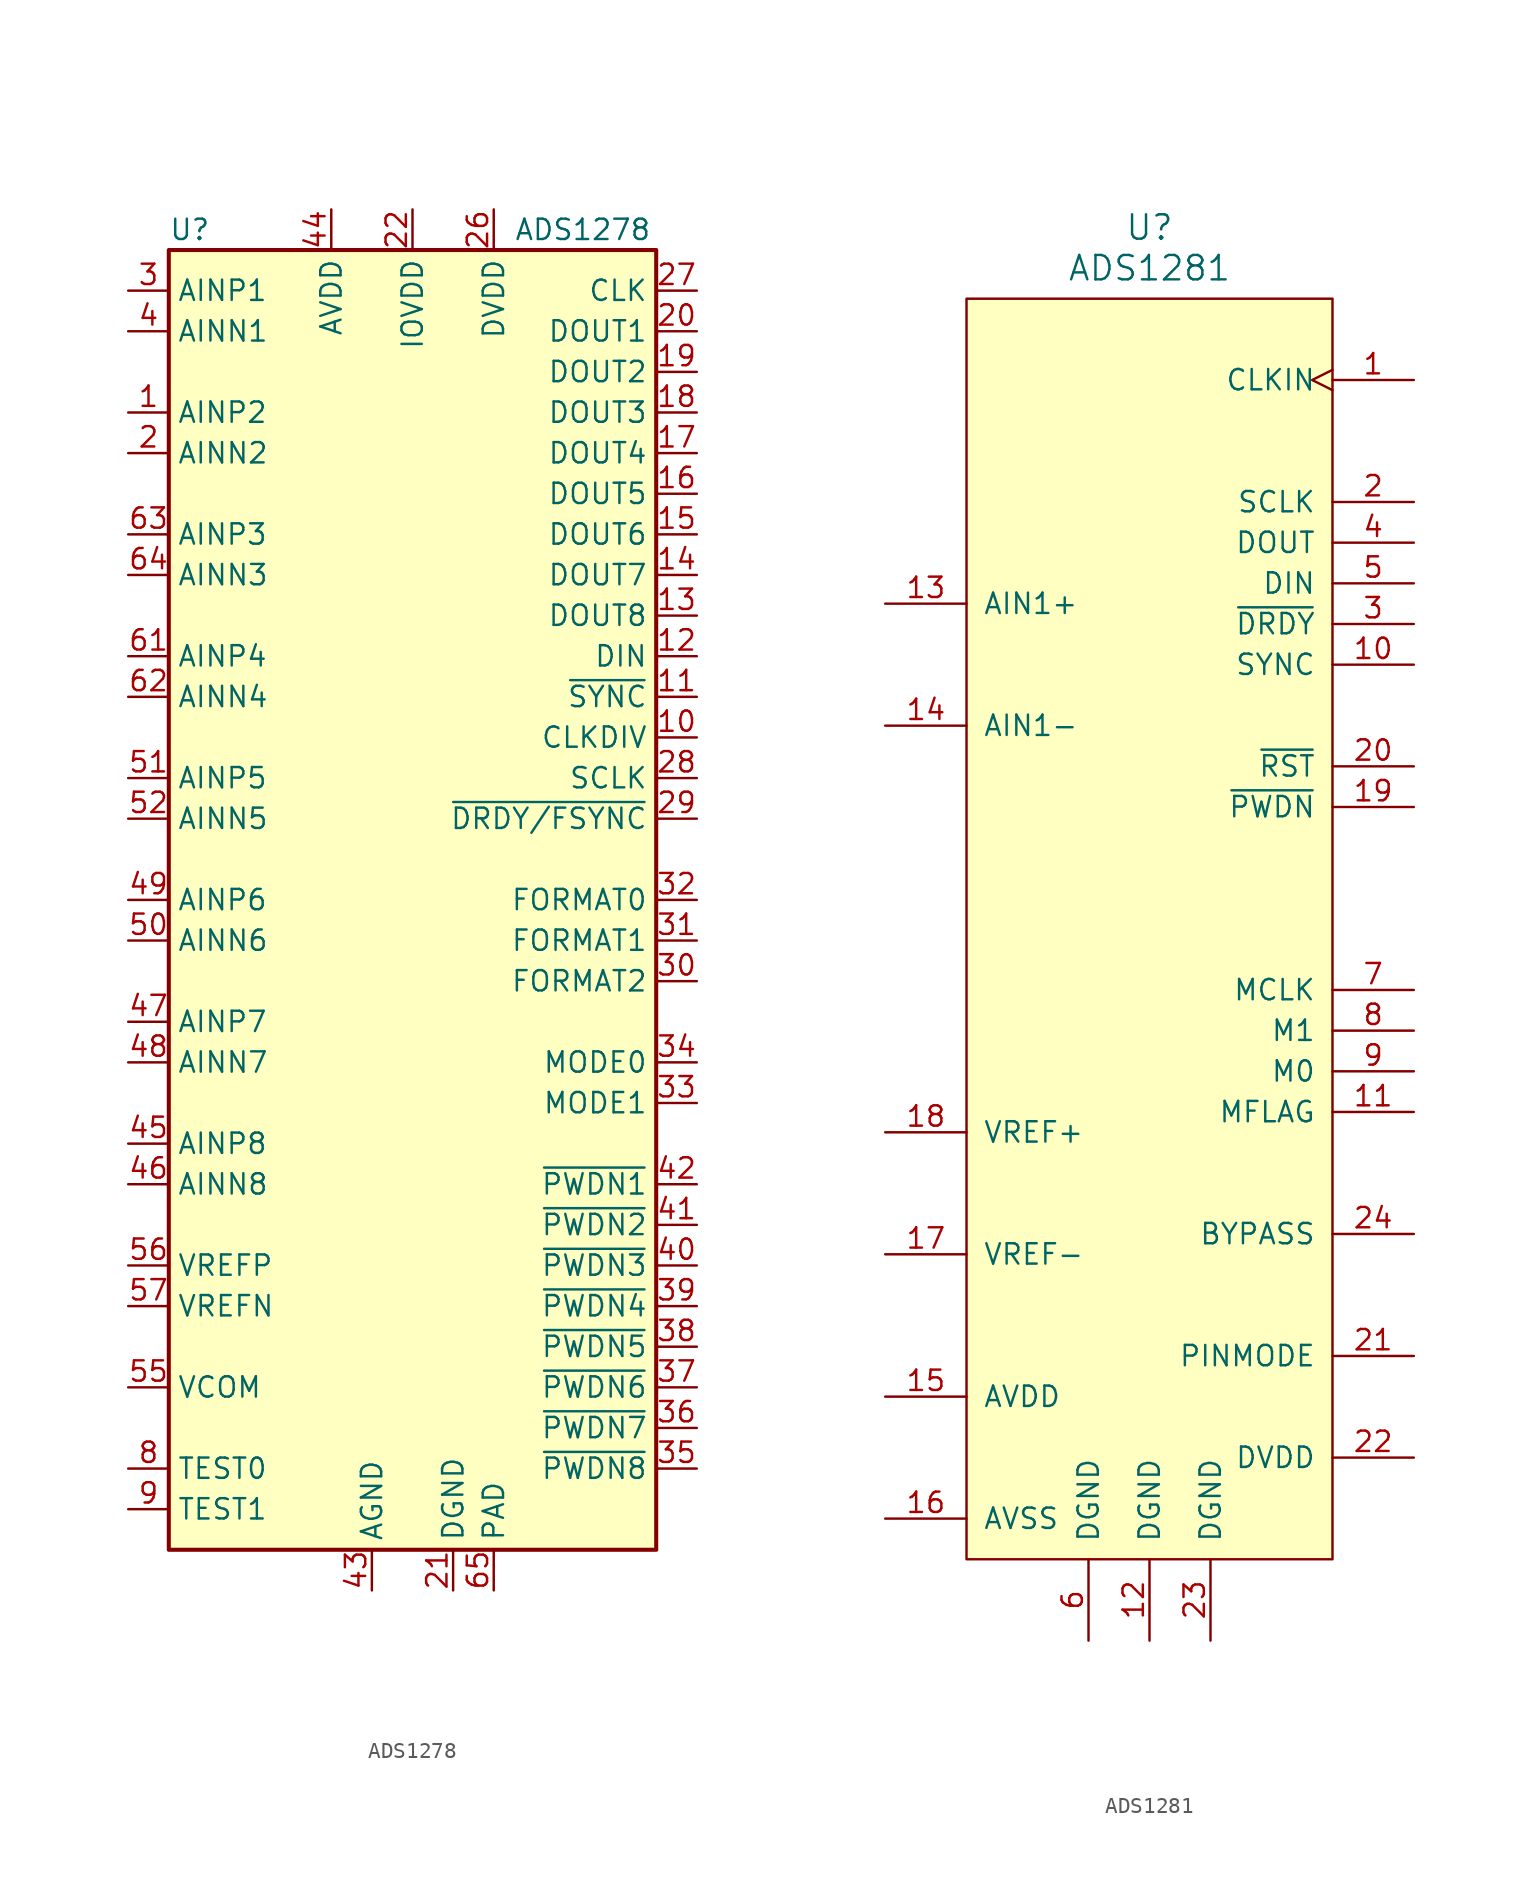
<source format=kicad_sym>
(kicad_symbol_lib
  (version 20241209)
  (generator "kicad_symbol_editor")
  (generator_version "9.0")
  (symbol "ADS1278"
    (property "Reference" "U"
      (at -15.24 41.91 0)
      (effects (font (size 1.27 1.27)) (justify left)))
    (property "Value" "ADS1278"
      (at 6.35 41.91 0)
      (effects (font (size 1.27 1.27)) (justify left)))
    (symbol "ADS1278_0_1"
      (rectangle (start -15.24 40.64) (end 15.24 -40.64) (stroke (width 0.254) (type default)) (fill (type background))))
    (symbol "ADS1278_1_1"
      (pin input line (at -17.78 38.1 0) (length 2.54) (name "AINP1" (effects (font (size 1.27 1.27)))) (number "3" (effects (font (size 1.27 1.27)))))
      (pin input line (at -17.78 35.56 0) (length 2.54) (name "AINN1" (effects (font (size 1.27 1.27)))) (number "4" (effects (font (size 1.27 1.27)))))
      (pin input line (at -17.78 30.48 0) (length 2.54) (name "AINP2" (effects (font (size 1.27 1.27)))) (number "1" (effects (font (size 1.27 1.27)))))
      (pin input line (at -17.78 27.94 0) (length 2.54) (name "AINN2" (effects (font (size 1.27 1.27)))) (number "2" (effects (font (size 1.27 1.27)))))
      (pin input line (at -17.78 22.86 0) (length 2.54) (name "AINP3" (effects (font (size 1.27 1.27)))) (number "63" (effects (font (size 1.27 1.27)))))
      (pin input line (at -17.78 20.32 0) (length 2.54) (name "AINN3" (effects (font (size 1.27 1.27)))) (number "64" (effects (font (size 1.27 1.27)))))
      (pin input line (at -17.78 15.24 0) (length 2.54) (name "AINP4" (effects (font (size 1.27 1.27)))) (number "61" (effects (font (size 1.27 1.27)))))
      (pin input line (at -17.78 12.7 0) (length 2.54) (name "AINN4" (effects (font (size 1.27 1.27)))) (number "62" (effects (font (size 1.27 1.27)))))
      (pin input line (at -17.78 7.62 0) (length 2.54) (name "AINP5" (effects (font (size 1.27 1.27)))) (number "51" (effects (font (size 1.27 1.27)))))
      (pin input line (at -17.78 5.08 0) (length 2.54) (name "AINN5" (effects (font (size 1.27 1.27)))) (number "52" (effects (font (size 1.27 1.27)))))
      (pin input line (at -17.78 0 0) (length 2.54) (name "AINP6" (effects (font (size 1.27 1.27)))) (number "49" (effects (font (size 1.27 1.27)))))
      (pin input line (at -17.78 -2.54 0) (length 2.54) (name "AINN6" (effects (font (size 1.27 1.27)))) (number "50" (effects (font (size 1.27 1.27)))))
      (pin input line (at -17.78 -7.62 0) (length 2.54) (name "AINP7" (effects (font (size 1.27 1.27)))) (number "47" (effects (font (size 1.27 1.27)))))
      (pin input line (at -17.78 -10.16 0) (length 2.54) (name "AINN7" (effects (font (size 1.27 1.27)))) (number "48" (effects (font (size 1.27 1.27)))))
      (pin input line (at -17.78 -15.24 0) (length 2.54) (name "AINP8" (effects (font (size 1.27 1.27)))) (number "45" (effects (font (size 1.27 1.27)))))
      (pin input line (at -17.78 -17.78 0) (length 2.54) (name "AINN8" (effects (font (size 1.27 1.27)))) (number "46" (effects (font (size 1.27 1.27)))))
      (pin passive line (at -17.78 -22.86 0) (length 2.54) (name "VREFP" (effects (font (size 1.27 1.27)))) (number "56" (effects (font (size 1.27 1.27)))))
      (pin passive line (at -17.78 -25.4 0) (length 2.54) (name "VREFN" (effects (font (size 1.27 1.27)))) (number "57" (effects (font (size 1.27 1.27)))))
      (pin output line (at -17.78 -30.48 0) (length 2.54) (name "VCOM" (effects (font (size 1.27 1.27)))) (number "55" (effects (font (size 1.27 1.27)))))
      (pin input line (at -17.78 -35.56 0) (length 2.54) (name "TEST0" (effects (font (size 1.27 1.27)))) (number "8" (effects (font (size 1.27 1.27)))))
      (pin input line (at -17.78 -38.1 0) (length 2.54) (name "TEST1" (effects (font (size 1.27 1.27)))) (number "9" (effects (font (size 1.27 1.27)))))
      (pin power_in line (at -5.08 43.18 270) (length 2.54) (name "AVDD" (effects (font (size 1.27 1.27)))) (number "44" (effects (font (size 1.27 1.27)))))
      (pin passive line (at -5.08 43.18 270) (length 2.54) (hide yes) (name "AVDD" (effects (font (size 1.27 1.27)))) (number "5" (effects (font (size 1.27 1.27)))))
      (pin passive line (at -5.08 43.18 270) (length 2.54) (hide yes) (name "AVDD" (effects (font (size 1.27 1.27)))) (number "53" (effects (font (size 1.27 1.27)))))
      (pin passive line (at -5.08 43.18 270) (length 2.54) (hide yes) (name "AVDD" (effects (font (size 1.27 1.27)))) (number "60" (effects (font (size 1.27 1.27)))))
      (pin power_in line (at -2.54 -43.18 90) (length 2.54) (name "AGND" (effects (font (size 1.27 1.27)))) (number "43" (effects (font (size 1.27 1.27)))))
      (pin passive line (at -2.54 -43.18 90) (length 2.54) (hide yes) (name "AGND" (effects (font (size 1.27 1.27)))) (number "54" (effects (font (size 1.27 1.27)))))
      (pin passive line (at -2.54 -43.18 90) (length 2.54) (hide yes) (name "AGND" (effects (font (size 1.27 1.27)))) (number "58" (effects (font (size 1.27 1.27)))))
      (pin passive line (at -2.54 -43.18 90) (length 2.54) (hide yes) (name "AGND" (effects (font (size 1.27 1.27)))) (number "59" (effects (font (size 1.27 1.27)))))
      (pin passive line (at -2.54 -43.18 90) (length 2.54) (hide yes) (name "AGND" (effects (font (size 1.27 1.27)))) (number "6" (effects (font (size 1.27 1.27)))))
      (pin power_in line (at 0 43.18 270) (length 2.54) (name "IOVDD" (effects (font (size 1.27 1.27)))) (number "22" (effects (font (size 1.27 1.27)))))
      (pin passive line (at 0 43.18 270) (length 2.54) (hide yes) (name "IOVDD" (effects (font (size 1.27 1.27)))) (number "23" (effects (font (size 1.27 1.27)))))
      (pin power_in line (at 2.54 -43.18 90) (length 2.54) (name "DGND" (effects (font (size 1.27 1.27)))) (number "21" (effects (font (size 1.27 1.27)))))
      (pin passive line (at 2.54 -43.18 90) (length 2.54) (hide yes) (name "DGND" (effects (font (size 1.27 1.27)))) (number "24" (effects (font (size 1.27 1.27)))))
      (pin passive line (at 2.54 -43.18 90) (length 2.54) (hide yes) (name "DGND" (effects (font (size 1.27 1.27)))) (number "25" (effects (font (size 1.27 1.27)))))
      (pin passive line (at 2.54 -43.18 90) (length 2.54) (hide yes) (name "DGND" (effects (font (size 1.27 1.27)))) (number "7" (effects (font (size 1.27 1.27)))))
      (pin power_in line (at 5.08 43.18 270) (length 2.54) (name "DVDD" (effects (font (size 1.27 1.27)))) (number "26" (effects (font (size 1.27 1.27)))))
      (pin passive line (at 5.08 -43.18 90) (length 2.54) (name "PAD" (effects (font (size 1.27 1.27)))) (number "65" (effects (font (size 1.27 1.27)))))
      (pin input line (at 17.78 38.1 180) (length 2.54) (name "CLK" (effects (font (size 1.27 1.27)))) (number "27" (effects (font (size 1.27 1.27)))))
      (pin output line (at 17.78 35.56 180) (length 2.54) (name "DOUT1" (effects (font (size 1.27 1.27)))) (number "20" (effects (font (size 1.27 1.27)))))
      (pin output line (at 17.78 33.02 180) (length 2.54) (name "DOUT2" (effects (font (size 1.27 1.27)))) (number "19" (effects (font (size 1.27 1.27)))))
      (pin output line (at 17.78 30.48 180) (length 2.54) (name "DOUT3" (effects (font (size 1.27 1.27)))) (number "18" (effects (font (size 1.27 1.27)))))
      (pin output line (at 17.78 27.94 180) (length 2.54) (name "DOUT4" (effects (font (size 1.27 1.27)))) (number "17" (effects (font (size 1.27 1.27)))))
      (pin output line (at 17.78 25.4 180) (length 2.54) (name "DOUT5" (effects (font (size 1.27 1.27)))) (number "16" (effects (font (size 1.27 1.27)))))
      (pin output line (at 17.78 22.86 180) (length 2.54) (name "DOUT6" (effects (font (size 1.27 1.27)))) (number "15" (effects (font (size 1.27 1.27)))))
      (pin output line (at 17.78 20.32 180) (length 2.54) (name "DOUT7" (effects (font (size 1.27 1.27)))) (number "14" (effects (font (size 1.27 1.27)))))
      (pin output line (at 17.78 17.78 180) (length 2.54) (name "DOUT8" (effects (font (size 1.27 1.27)))) (number "13" (effects (font (size 1.27 1.27)))))
      (pin input line (at 17.78 15.24 180) (length 2.54) (name "DIN" (effects (font (size 1.27 1.27)))) (number "12" (effects (font (size 1.27 1.27)))))
      (pin input line (at 17.78 12.7 180) (length 2.54) (name "~{SYNC}" (effects (font (size 1.27 1.27)))) (number "11" (effects (font (size 1.27 1.27)))))
      (pin input line (at 17.78 10.16 180) (length 2.54) (name "CLKDIV" (effects (font (size 1.27 1.27)))) (number "10" (effects (font (size 1.27 1.27)))))
      (pin bidirectional line (at 17.78 7.62 180) (length 2.54) (name "SCLK" (effects (font (size 1.27 1.27)))) (number "28" (effects (font (size 1.27 1.27)))))
      (pin bidirectional line (at 17.78 5.08 180) (length 2.54) (name "~{DRDY/FSYNC}" (effects (font (size 1.27 1.27)))) (number "29" (effects (font (size 1.27 1.27)))))
      (pin input line (at 17.78 0 180) (length 2.54) (name "FORMAT0" (effects (font (size 1.27 1.27)))) (number "32" (effects (font (size 1.27 1.27)))))
      (pin input line (at 17.78 -2.54 180) (length 2.54) (name "FORMAT1" (effects (font (size 1.27 1.27)))) (number "31" (effects (font (size 1.27 1.27)))))
      (pin input line (at 17.78 -5.08 180) (length 2.54) (name "FORMAT2" (effects (font (size 1.27 1.27)))) (number "30" (effects (font (size 1.27 1.27)))))
      (pin input line (at 17.78 -10.16 180) (length 2.54) (name "MODE0" (effects (font (size 1.27 1.27)))) (number "34" (effects (font (size 1.27 1.27)))))
      (pin input line (at 17.78 -12.7 180) (length 2.54) (name "MODE1" (effects (font (size 1.27 1.27)))) (number "33" (effects (font (size 1.27 1.27)))))
      (pin input line (at 17.78 -17.78 180) (length 2.54) (name "~{PWDN1}" (effects (font (size 1.27 1.27)))) (number "42" (effects (font (size 1.27 1.27)))))
      (pin input line (at 17.78 -20.32 180) (length 2.54) (name "~{PWDN2}" (effects (font (size 1.27 1.27)))) (number "41" (effects (font (size 1.27 1.27)))))
      (pin input line (at 17.78 -22.86 180) (length 2.54) (name "~{PWDN3}" (effects (font (size 1.27 1.27)))) (number "40" (effects (font (size 1.27 1.27)))))
      (pin input line (at 17.78 -25.4 180) (length 2.54) (name "~{PWDN4}" (effects (font (size 1.27 1.27)))) (number "39" (effects (font (size 1.27 1.27)))))
      (pin input line (at 17.78 -27.94 180) (length 2.54) (name "~{PWDN5}" (effects (font (size 1.27 1.27)))) (number "38" (effects (font (size 1.27 1.27)))))
      (pin input line (at 17.78 -30.48 180) (length 2.54) (name "~{PWDN6}" (effects (font (size 1.27 1.27)))) (number "37" (effects (font (size 1.27 1.27)))))
      (pin input line (at 17.78 -33.02 180) (length 2.54) (name "~{PWDN7}" (effects (font (size 1.27 1.27)))) (number "36" (effects (font (size 1.27 1.27)))))
      (pin input line (at 17.78 -35.56 180) (length 2.54) (name "~{PWDN8}" (effects (font (size 1.27 1.27)))) (number "35" (effects (font (size 1.27 1.27)))))))
  (symbol "ADS1281"
    (pin_names
      (offset 1.016))
    (property "Reference" "U"
      (at 0 43.815 0)
      (effects (font (size 1.524 1.524))))
    (property "Value" "ADS1281"
      (at 0 41.275 0)
      (effects (font (size 1.524 1.524))))
    (symbol "ADS1281_0_1"
      (rectangle (start -11.43 39.37) (end 11.43 -39.37) (stroke (width 0) (type default)) (fill (type background))))
    (symbol "ADS1281_1_1"
      (pin input line (at -16.51 20.32 0) (length 5.08) (name "AIN1+" (effects (font (size 1.27 1.27)))) (number "13" (effects (font (size 1.27 1.27)))))
      (pin input line (at -16.51 12.7 0) (length 5.08) (name "AIN1-" (effects (font (size 1.27 1.27)))) (number "14" (effects (font (size 1.27 1.27)))))
      (pin input line (at -16.51 -12.7 0) (length 5.08) (name "VREF+" (effects (font (size 1.27 1.27)))) (number "18" (effects (font (size 1.27 1.27)))))
      (pin input line (at -16.51 -20.32 0) (length 5.08) (name "VREF-" (effects (font (size 1.27 1.27)))) (number "17" (effects (font (size 1.27 1.27)))))
      (pin power_in line (at -16.51 -29.21 0) (length 5.08) (name "AVDD" (effects (font (size 1.27 1.27)))) (number "15" (effects (font (size 1.27 1.27)))))
      (pin power_in line (at -16.51 -36.83 0) (length 5.08) (name "AVSS" (effects (font (size 1.27 1.27)))) (number "16" (effects (font (size 1.27 1.27)))))
      (pin power_in line (at -3.81 -44.45 90) (length 5.08) (name "DGND" (effects (font (size 1.27 1.27)))) (number "6" (effects (font (size 1.27 1.27)))))
      (pin power_in line (at 0 -44.45 90) (length 5.08) (name "DGND" (effects (font (size 1.27 1.27)))) (number "12" (effects (font (size 1.27 1.27)))))
      (pin power_in line (at 3.81 -44.45 90) (length 5.08) (name "DGND" (effects (font (size 1.27 1.27)))) (number "23" (effects (font (size 1.27 1.27)))))
      (pin input clock (at 16.51 34.29 180) (length 5.08) (name "CLKIN" (effects (font (size 1.27 1.27)))) (number "1" (effects (font (size 1.27 1.27)))))
      (pin input line (at 16.51 26.67 180) (length 5.08) (name "SCLK" (effects (font (size 1.27 1.27)))) (number "2" (effects (font (size 1.27 1.27)))))
      (pin input line (at 16.51 24.13 180) (length 5.08) (name "DOUT" (effects (font (size 1.27 1.27)))) (number "4" (effects (font (size 1.27 1.27)))))
      (pin input line (at 16.51 21.59 180) (length 5.08) (name "DIN" (effects (font (size 1.27 1.27)))) (number "5" (effects (font (size 1.27 1.27)))))
      (pin input line (at 16.51 19.05 180) (length 5.08) (name "~{DRDY}" (effects (font (size 1.27 1.27)))) (number "3" (effects (font (size 1.27 1.27)))))
      (pin input line (at 16.51 16.51 180) (length 5.08) (name "SYNC" (effects (font (size 1.27 1.27)))) (number "10" (effects (font (size 1.27 1.27)))))
      (pin input line (at 16.51 10.16 180) (length 5.08) (name "~{RST}" (effects (font (size 1.27 1.27)))) (number "20" (effects (font (size 1.27 1.27)))))
      (pin input line (at 16.51 7.62 180) (length 5.08) (name "~{PWDN}" (effects (font (size 1.27 1.27)))) (number "19" (effects (font (size 1.27 1.27)))))
      (pin input line (at 16.51 -3.81 180) (length 5.08) (name "MCLK" (effects (font (size 1.27 1.27)))) (number "7" (effects (font (size 1.27 1.27)))))
      (pin input line (at 16.51 -6.35 180) (length 5.08) (name "M1" (effects (font (size 1.27 1.27)))) (number "8" (effects (font (size 1.27 1.27)))))
      (pin input line (at 16.51 -8.89 180) (length 5.08) (name "M0" (effects (font (size 1.27 1.27)))) (number "9" (effects (font (size 1.27 1.27)))))
      (pin input line (at 16.51 -11.43 180) (length 5.08) (name "MFLAG" (effects (font (size 1.27 1.27)))) (number "11" (effects (font (size 1.27 1.27)))))
      (pin input line (at 16.51 -19.05 180) (length 5.08) (name "BYPASS" (effects (font (size 1.27 1.27)))) (number "24" (effects (font (size 1.27 1.27)))))
      (pin power_in line (at 16.51 -26.67 180) (length 5.08) (name "PINMODE" (effects (font (size 1.27 1.27)))) (number "21" (effects (font (size 1.27 1.27)))))
      (pin power_in line (at 16.51 -33.02 180) (length 5.08) (name "DVDD" (effects (font (size 1.27 1.27)))) (number "22" (effects (font (size 1.27 1.27))))))))
</source>
